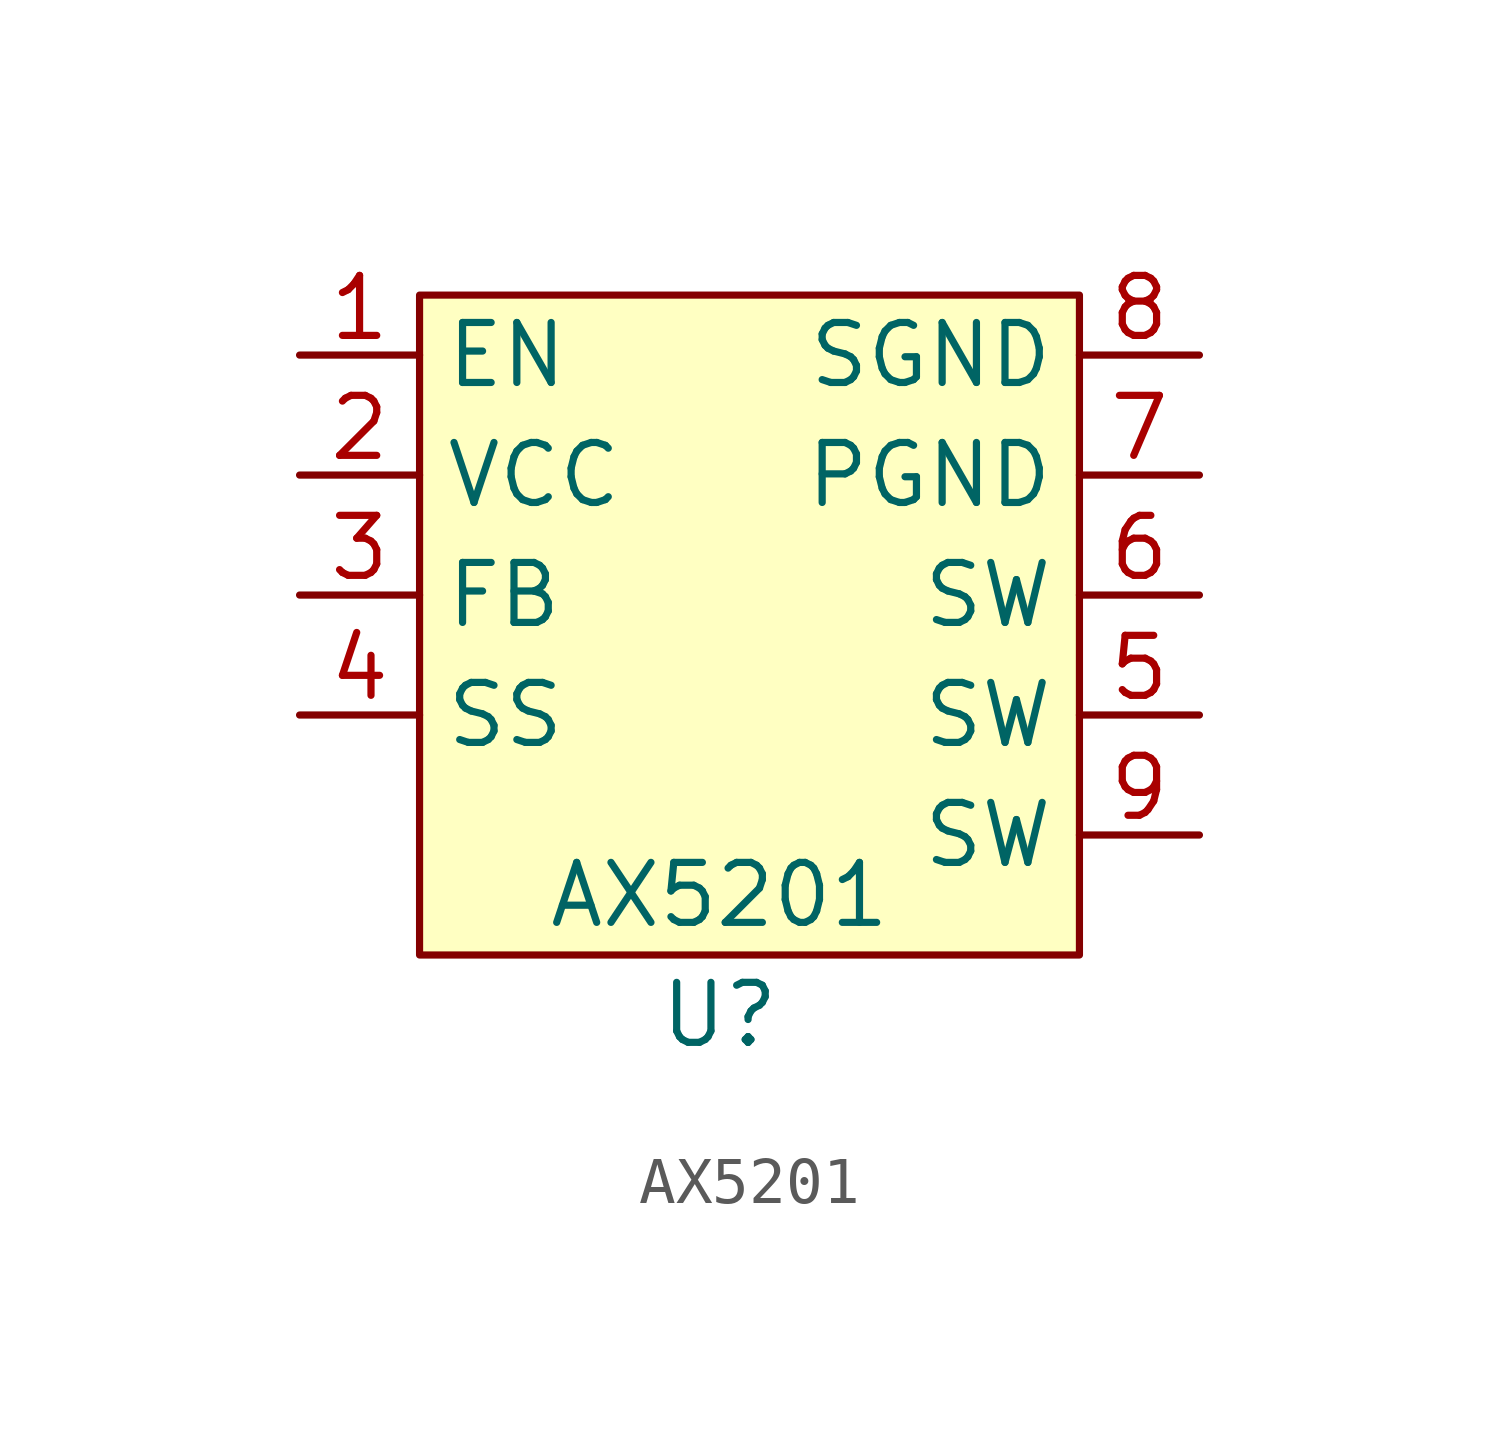
<source format=kicad_sym>
(kicad_symbol_lib
  (version 20211014)
  (generator kicad_symbol_editor)
  (symbol "AX5201"
    (property "Reference" "U"
      (at 0 0 0)
      (effects (font (size 1.27 1.27))))
    (property "Value" "AX5201"
      (at 0 2.54 0)
      (effects (font (size 1.27 1.27))))
    (symbol "AX5201_0_0"
      (pin input line (at -8.89 13.97 0) (length 2.54) (name "EN" (effects (font (size 1.27 1.27)))) (number "1" (effects (font (size 1.27 1.27)))))
      (pin power_in line (at -8.89 11.43 0) (length 2.54) (name "VCC" (effects (font (size 1.27 1.27)))) (number "2" (effects (font (size 1.27 1.27)))))
      (pin input line (at -8.89 8.89 0) (length 2.54) (name "FB" (effects (font (size 1.27 1.27)))) (number "3" (effects (font (size 1.27 1.27)))))
      (pin input line (at -8.89 6.35 0) (length 2.54) (name "SS" (effects (font (size 1.27 1.27)))) (number "4" (effects (font (size 1.27 1.27)))))
      (pin power_out line (at 10.16 6.35 180) (length 2.54) (name "SW" (effects (font (size 1.27 1.27)))) (number "5" (effects (font (size 1.27 1.27)))))
      (pin power_out line (at 10.16 8.89 180) (length 2.54) (name "SW" (effects (font (size 1.27 1.27)))) (number "6" (effects (font (size 1.27 1.27)))))
      (pin power_in line (at 10.16 11.43 180) (length 2.54) (name "PGND" (effects (font (size 1.27 1.27)))) (number "7" (effects (font (size 1.27 1.27)))))
      (pin power_in line (at 10.16 13.97 180) (length 2.54) (name "SGND" (effects (font (size 1.27 1.27)))) (number "8" (effects (font (size 1.27 1.27)))))
      (pin power_out line (at 10.16 3.81 180) (length 2.54) (name "SW" (effects (font (size 1.27 1.27)))) (number "9" (effects (font (size 1.27 1.27))))))
    (symbol "AX5201_0_1"
      (rectangle (start -6.35 15.24) (end 7.62 1.27) (stroke (width 0.152) (type default) (color 0 0 0 0)) (fill (type background))))))
</source>
